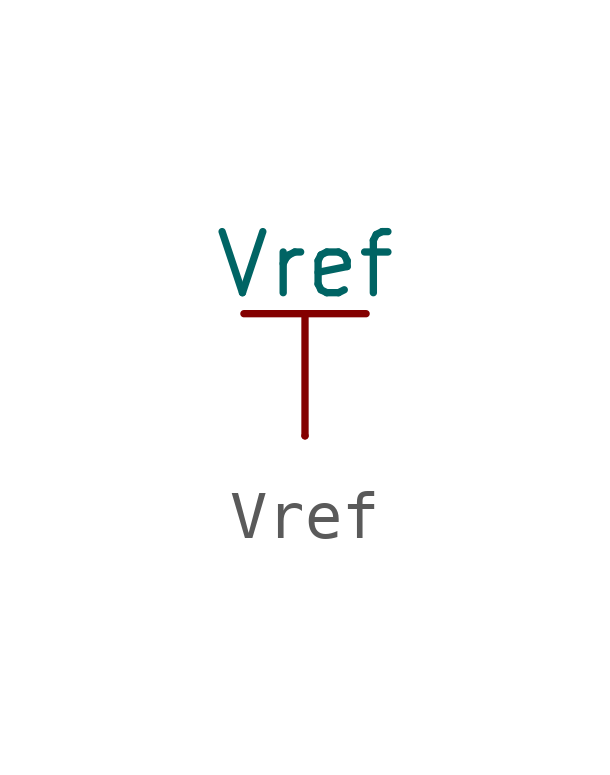
<source format=kicad_sym>
(kicad_symbol_lib
  (version 20231120)
  (generator "kicad_symbol_editor")
  (generator_version "8.0")
  (symbol "Vref"
    (power)
    (pin_numbers hide)
    (pin_names
      (offset 0) hide)
    (property "Reference" "#PWR"
      (at 0 -3.81 0)
      (effects (font (size 1.27 1.27)) (hide yes)))
    (property "Value" "Vref"
      (at 0 3.556 0)
      (effects (font (size 1.27 1.27))))
    (symbol "Vref_0_1"
      (polyline (pts (xy -1.27 2.54) (xy 0 2.54)) (stroke (width 0) (type default)) (fill (type none)))
      (polyline (pts (xy 0 0) (xy 0 2.54)) (stroke (width 0) (type default)) (fill (type none)))
      (polyline (pts (xy 0 2.54) (xy 1.27 2.54)) (stroke (width 0) (type default)) (fill (type none))))
    (symbol "Vref_1_1"
      (pin power_in line (at 0 0 90) (length 0) (name "~" (effects (font (size 1.27 1.27)))) (number "1" (effects (font (size 1.27 1.27))))))))
</source>
